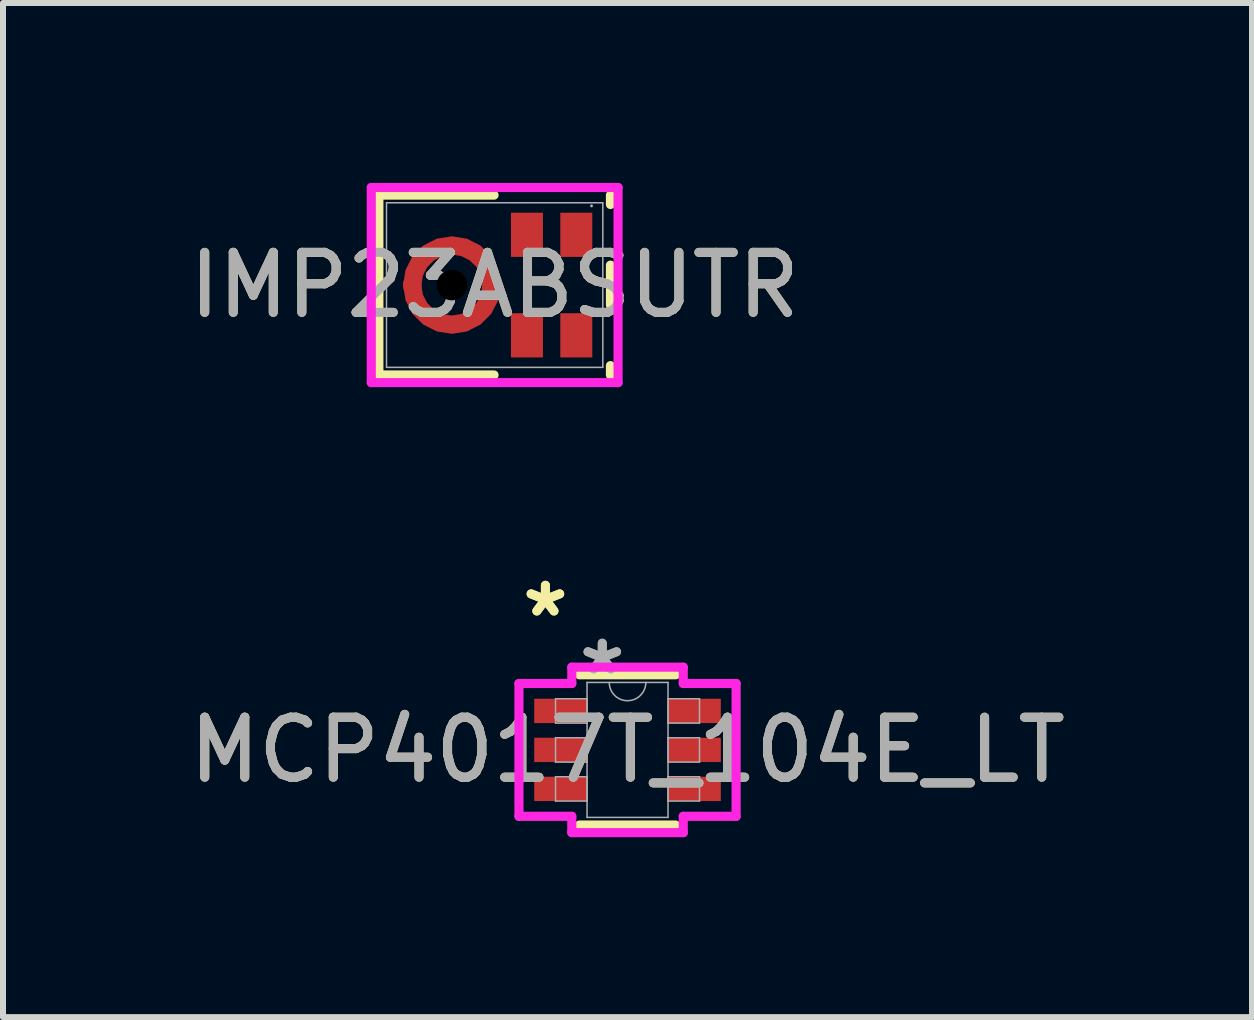
<source format=kicad_pcb>
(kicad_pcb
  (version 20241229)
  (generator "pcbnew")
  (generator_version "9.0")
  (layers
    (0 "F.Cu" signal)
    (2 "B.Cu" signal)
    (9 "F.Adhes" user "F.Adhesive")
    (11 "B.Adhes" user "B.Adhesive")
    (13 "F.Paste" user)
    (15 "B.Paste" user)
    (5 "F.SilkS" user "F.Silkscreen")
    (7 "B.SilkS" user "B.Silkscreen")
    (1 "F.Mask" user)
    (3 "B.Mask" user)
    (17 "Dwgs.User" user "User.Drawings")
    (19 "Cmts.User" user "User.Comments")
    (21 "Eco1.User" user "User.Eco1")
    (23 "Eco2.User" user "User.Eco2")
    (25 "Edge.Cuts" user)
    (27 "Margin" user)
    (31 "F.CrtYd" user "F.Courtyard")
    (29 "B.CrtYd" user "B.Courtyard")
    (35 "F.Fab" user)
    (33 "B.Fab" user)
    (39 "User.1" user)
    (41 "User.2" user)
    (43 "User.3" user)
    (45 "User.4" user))
  (footprint "MCP4017T_104E_LT"
    (layer "F.Cu")
    (at 7.411 9.451)
    (property "Reference" "MCP4017T_104E_LT" (at 0 0 0) (unlocked yes) (layer "F.SilkS") (effects (font (size 1 1) (thickness 0.15))))
    (attr smd)
    (fp_line (start -0.802 1.252) (end 0.802 1.252) (stroke (width 0.152) (type solid)) (layer "F.SilkS"))
    (fp_line (start 0.802 -1.252) (end -0.802 -1.252) (stroke (width 0.152) (type solid)) (layer "F.SilkS"))
    (fp_line (start -1.81 -1.107) (end -0.929 -1.107) (stroke (width 0.152) (type solid)) (layer "F.CrtYd"))
    (fp_line (start -1.81 1.107) (end -1.81 -1.107) (stroke (width 0.152) (type solid)) (layer "F.CrtYd"))
    (fp_line (start -0.929 -1.379) (end 0.929 -1.379) (stroke (width 0.152) (type solid)) (layer "F.CrtYd"))
    (fp_line (start -0.929 -1.107) (end -0.929 -1.379) (stroke (width 0.152) (type solid)) (layer "F.CrtYd"))
    (fp_line (start -0.929 1.107) (end -1.81 1.107) (stroke (width 0.152) (type solid)) (layer "F.CrtYd"))
    (fp_line (start -0.929 1.379) (end -0.929 1.107) (stroke (width 0.152) (type solid)) (layer "F.CrtYd"))
    (fp_line (start 0.929 -1.379) (end 0.929 -1.107) (stroke (width 0.152) (type solid)) (layer "F.CrtYd"))
    (fp_line (start 0.929 -1.107) (end 1.81 -1.107) (stroke (width 0.152) (type solid)) (layer "F.CrtYd"))
    (fp_line (start 0.929 1.107) (end 0.929 1.379) (stroke (width 0.152) (type solid)) (layer "F.CrtYd"))
    (fp_line (start 0.929 1.379) (end -0.929 1.379) (stroke (width 0.152) (type solid)) (layer "F.CrtYd"))
    (fp_line (start 1.81 -1.107) (end 1.81 1.107) (stroke (width 0.152) (type solid)) (layer "F.CrtYd"))
    (fp_line (start 1.81 1.107) (end 0.929 1.107) (stroke (width 0.152) (type solid)) (layer "F.CrtYd"))
    (fp_line (start -1.2 -0.853) (end -1.2 -0.447) (stroke (width 0.025) (type solid)) (layer "F.Fab"))
    (fp_line (start -1.2 -0.447) (end -0.675 -0.447) (stroke (width 0.025) (type solid)) (layer "F.Fab"))
    (fp_line (start -1.2 -0.203) (end -1.2 0.203) (stroke (width 0.025) (type solid)) (layer "F.Fab"))
    (fp_line (start -1.2 0.203) (end -0.675 0.203) (stroke (width 0.025) (type solid)) (layer "F.Fab"))
    (fp_line (start -1.2 0.447) (end -1.2 0.853) (stroke (width 0.025) (type solid)) (layer "F.Fab"))
    (fp_line (start -1.2 0.853) (end -0.675 0.853) (stroke (width 0.025) (type solid)) (layer "F.Fab"))
    (fp_line (start -0.675 -1.125) (end -0.675 1.125) (stroke (width 0.025) (type solid)) (layer "F.Fab"))
    (fp_line (start -0.675 -0.853) (end -1.2 -0.853) (stroke (width 0.025) (type solid)) (layer "F.Fab"))
    (fp_line (start -0.675 -0.447) (end -0.675 -0.853) (stroke (width 0.025) (type solid)) (layer "F.Fab"))
    (fp_line (start -0.675 -0.203) (end -1.2 -0.203) (stroke (width 0.025) (type solid)) (layer "F.Fab"))
    (fp_line (start -0.675 0.203) (end -0.675 -0.203) (stroke (width 0.025) (type solid)) (layer "F.Fab"))
    (fp_line (start -0.675 0.447) (end -1.2 0.447) (stroke (width 0.025) (type solid)) (layer "F.Fab"))
    (fp_line (start -0.675 0.853) (end -0.675 0.447) (stroke (width 0.025) (type solid)) (layer "F.Fab"))
    (fp_line (start -0.675 1.125) (end 0.675 1.125) (stroke (width 0.025) (type solid)) (layer "F.Fab"))
    (fp_line (start 0.675 -1.125) (end -0.675 -1.125) (stroke (width 0.025) (type solid)) (layer "F.Fab"))
    (fp_line (start 0.675 -0.853) (end 0.675 -0.447) (stroke (width 0.025) (type solid)) (layer "F.Fab"))
    (fp_line (start 0.675 -0.447) (end 1.2 -0.447) (stroke (width 0.025) (type solid)) (layer "F.Fab"))
    (fp_line (start 0.675 -0.203) (end 0.675 0.203) (stroke (width 0.025) (type solid)) (layer "F.Fab"))
    (fp_line (start 0.675 0.203) (end 1.2 0.203) (stroke (width 0.025) (type solid)) (layer "F.Fab"))
    (fp_line (start 0.675 0.447) (end 0.675 0.853) (stroke (width 0.025) (type solid)) (layer "F.Fab"))
    (fp_line (start 0.675 0.853) (end 1.2 0.853) (stroke (width 0.025) (type solid)) (layer "F.Fab"))
    (fp_line (start 0.675 1.125) (end 0.675 -1.125) (stroke (width 0.025) (type solid)) (layer "F.Fab"))
    (fp_line (start 1.2 -0.853) (end 0.675 -0.853) (stroke (width 0.025) (type solid)) (layer "F.Fab"))
    (fp_line (start 1.2 -0.447) (end 1.2 -0.853) (stroke (width 0.025) (type solid)) (layer "F.Fab"))
    (fp_line (start 1.2 -0.203) (end 0.675 -0.203) (stroke (width 0.025) (type solid)) (layer "F.Fab"))
    (fp_line (start 1.2 0.203) (end 1.2 -0.203) (stroke (width 0.025) (type solid)) (layer "F.Fab"))
    (fp_line (start 1.2 0.447) (end 0.675 0.447) (stroke (width 0.025) (type solid)) (layer "F.Fab"))
    (fp_line (start 1.2 0.853) (end 1.2 0.447) (stroke (width 0.025) (type solid)) (layer "F.Fab"))
    (fp_arc (start 0.3048 -1.125) (mid 0 -0.8202) (end -0.3048 -1.125) (stroke (width 0.0254) (type solid)) (layer "F.Fab"))
    (fp_text user "*" (at -1.369 -2.199 0) (layer "F.SilkS") (effects (font (size 1 1) (thickness 0.15))))
    (fp_text user "*" (at -1.369 -2.199 0) (unlocked yes) (layer "F.SilkS") (effects (font (size 1 1) (thickness 0.15))))
    (fp_text user "*" (at -0.421 -1.234 0) (unlocked yes) (layer "F.Fab") (effects (font (size 1 1) (thickness 0.15))))
    (fp_text user "*" (at -0.421 -1.234 0) (layer "F.Fab") (effects (font (size 1 1) (thickness 0.15))))
    (fp_text user "${REFERENCE}" (at 0 0 0) (unlocked yes) (layer "F.Fab") (effects (font (size 1 1) (thickness 0.15))))
    (pad "1" smd rect (at -1.115 -0.65) (size 0.881 0.406) (layers "F.Cu" "F.Mask" "F.Paste"))
    (pad "2" smd rect (at -1.115 0) (size 0.881 0.406) (layers "F.Cu" "F.Mask" "F.Paste"))
    (pad "3" smd rect (at -1.115 0.65) (size 0.881 0.406) (layers "F.Cu" "F.Mask" "F.Paste"))
    (pad "4" smd rect (at 1.115 0.65) (size 0.881 0.406) (layers "F.Cu" "F.Mask" "F.Paste"))
    (pad "5" smd rect (at 1.115 0) (size 0.881 0.406) (layers "F.Cu" "F.Mask" "F.Paste"))
    (pad "6" smd rect (at 1.115 -0.65) (size 0.881 0.406) (layers "F.Cu" "F.Mask" "F.Paste")))
  (footprint "IMP23ABSUTR"
    (layer "F.Cu")
    (at 5.196 1.702)
    (property "Reference" "IMP23ABSUTR" (at 0 0 0) (unlocked yes) (layer "F.SilkS") (effects (font (size 1 1) (thickness 0.15))))
    (attr smd)
    (fp_poly (pts (xy 0.096 -0.071) (xy 0.099 0) (xy 0.06 0.251) (xy -0.056 0.478) (xy -0.236 0.658) (xy -0.462 0.773) (xy -0.713 0.813) (xy -0.965 0.773) (xy -1.191 0.658) (xy -1.371 0.478) (xy -1.486 0.251) (xy -1.526 0) (xy -1.523 -0.071) (xy -1.219 -0.044) (xy -1.221 0) (xy -1.197 0.157) (xy -1.124 0.299) (xy -1.012 0.411) (xy -0.87 0.483) (xy -0.713 0.508) (xy -0.556 0.483) (xy -0.415 0.411) (xy -0.302 0.299) (xy -0.23 0.157) (xy -0.205 0) (xy -0.207 -0.044)) (stroke (width 0) (type solid)) (fill yes) (layer "F.Cu"))
    (fp_poly (pts (xy 0.096 0.071) (xy 0.099 0) (xy 0.06 -0.251) (xy -0.056 -0.478) (xy -0.236 -0.658) (xy -0.462 -0.773) (xy -0.713 -0.813) (xy -0.965 -0.773) (xy -1.191 -0.658) (xy -1.371 -0.478) (xy -1.486 -0.251) (xy -1.526 0) (xy -1.523 0.071) (xy -1.219 0.044) (xy -1.221 0) (xy -1.197 -0.157) (xy -1.124 -0.299) (xy -1.012 -0.411) (xy -0.87 -0.483) (xy -0.713 -0.508) (xy -0.556 -0.483) (xy -0.415 -0.411) (xy -0.302 -0.299) (xy -0.23 -0.157) (xy -0.205 0) (xy -0.207 0.044)) (stroke (width 0) (type solid)) (fill yes) (layer "F.Cu"))
    (fp_poly (pts (xy 0.096 -0.071) (xy 0.099 0) (xy 0.06 0.251) (xy -0.056 0.478) (xy -0.236 0.658) (xy -0.462 0.773) (xy -0.713 0.813) (xy -0.965 0.773) (xy -1.191 0.658) (xy -1.371 0.478) (xy -1.486 0.251) (xy -1.526 0) (xy -1.523 -0.071) (xy -1.219 -0.044) (xy -1.221 0) (xy -1.197 0.157) (xy -1.124 0.299) (xy -1.012 0.411) (xy -0.87 0.483) (xy -0.713 0.508) (xy -0.556 0.483) (xy -0.415 0.411) (xy -0.302 0.299) (xy -0.23 0.157) (xy -0.205 0) (xy -0.207 -0.044)) (stroke (width 0) (type solid)) (fill yes) (layer "F.Mask"))
    (fp_poly (pts (xy 0.096 0.071) (xy 0.099 0) (xy 0.06 -0.251) (xy -0.056 -0.478) (xy -0.236 -0.658) (xy -0.462 -0.773) (xy -0.713 -0.813) (xy -0.965 -0.773) (xy -1.191 -0.658) (xy -1.371 -0.478) (xy -1.486 -0.251) (xy -1.526 0) (xy -1.523 0.071) (xy -1.219 0.044) (xy -1.221 0) (xy -1.197 -0.157) (xy -1.124 -0.299) (xy -1.012 -0.411) (xy -0.87 -0.483) (xy -0.713 -0.508) (xy -0.556 -0.483) (xy -0.415 -0.411) (xy -0.302 -0.299) (xy -0.23 -0.157) (xy -0.205 0) (xy -0.207 0.044)) (stroke (width 0) (type solid)) (fill yes) (layer "F.Mask"))
    (fp_line (start -1.93 -1.499) (end -1.93 1.499) (stroke (width 0.152) (type solid)) (layer "F.SilkS"))
    (fp_line (start -1.93 1.499) (end -0.01 1.499) (stroke (width 0.152) (type solid)) (layer "F.SilkS"))
    (fp_line (start -0.01 -1.499) (end -1.93 -1.499) (stroke (width 0.152) (type solid)) (layer "F.SilkS"))
    (fp_line (start 1.93 -1.343) (end 1.93 -1.499) (stroke (width 0.152) (type solid)) (layer "F.SilkS"))
    (fp_line (start 1.93 0.332) (end 1.93 -0.332) (stroke (width 0.152) (type solid)) (layer "F.SilkS"))
    (fp_line (start 1.93 1.499) (end 1.93 1.343) (stroke (width 0.152) (type solid)) (layer "F.SilkS"))
    (fp_poly (pts (xy 0.096 -0.071) (xy 0.099 0) (xy 0.06 0.251) (xy -0.056 0.478) (xy -0.236 0.658) (xy -0.462 0.773) (xy -0.713 0.813) (xy -0.965 0.773) (xy -1.191 0.658) (xy -1.371 0.478) (xy -1.486 0.251) (xy -1.526 0) (xy -1.523 -0.071) (xy -1.219 -0.044) (xy -1.221 0) (xy -1.197 0.157) (xy -1.124 0.299) (xy -1.012 0.411) (xy -0.87 0.483) (xy -0.713 0.508) (xy -0.556 0.483) (xy -0.415 0.411) (xy -0.302 0.299) (xy -0.23 0.157) (xy -0.205 0) (xy -0.207 -0.044)) (stroke (width 0) (type solid)) (fill yes) (layer "F.Paste"))
    (fp_poly (pts (xy 0.096 0.071) (xy 0.099 0) (xy 0.06 -0.251) (xy -0.056 -0.478) (xy -0.236 -0.658) (xy -0.462 -0.773) (xy -0.713 -0.813) (xy -0.965 -0.773) (xy -1.191 -0.658) (xy -1.371 -0.478) (xy -1.486 -0.251) (xy -1.526 0) (xy -1.523 0.071) (xy -1.219 0.044) (xy -1.221 0) (xy -1.197 -0.157) (xy -1.124 -0.299) (xy -1.012 -0.411) (xy -0.87 -0.483) (xy -0.713 -0.508) (xy -0.556 -0.483) (xy -0.415 -0.411) (xy -0.302 -0.299) (xy -0.23 -0.157) (xy -0.205 0) (xy -0.207 0.044)) (stroke (width 0) (type solid)) (fill yes) (layer "F.Paste"))
    (fp_line (start -2.057 -1.626) (end 2.057 -1.626) (stroke (width 0.152) (type solid)) (layer "F.CrtYd"))
    (fp_line (start -2.057 1.626) (end -2.057 -1.626) (stroke (width 0.152) (type solid)) (layer "F.CrtYd"))
    (fp_line (start 2.057 -1.626) (end 2.057 1.626) (stroke (width 0.152) (type solid)) (layer "F.CrtYd"))
    (fp_line (start 2.057 1.626) (end -2.057 1.626) (stroke (width 0.152) (type solid)) (layer "F.CrtYd"))
    (fp_line (start -1.803 -1.372) (end -1.803 1.372) (stroke (width 0.025) (type solid)) (layer "F.Fab"))
    (fp_line (start -1.803 1.372) (end 1.803 1.372) (stroke (width 0.025) (type solid)) (layer "F.Fab"))
    (fp_line (start 1.803 -1.372) (end -1.803 -1.372) (stroke (width 0.025) (type solid)) (layer "F.Fab"))
    (fp_line (start 1.803 1.372) (end 1.803 -1.372) (stroke (width 0.025) (type solid)) (layer "F.Fab"))
    (fp_circle (center 1.615 -1.32) (end 1.615 -1.32) (stroke (width 0.025) (type solid)) (fill no) (layer "F.Fab"))
    (fp_text user "${REFERENCE}" (at 0 0 0) (unlocked yes) (layer "F.Fab") (effects (font (size 1 1) (thickness 0.15))))
    (pad "" np_thru_hole circle (at -0.713 0) (size 0.508 0.508) (drill 0.508) (layers))
    (pad "1" smd rect (at 1.361 0.838) (size 0.533 0.737) (layers "F.Cu" "F.Mask" "F.Paste"))
    (pad "2" smd rect (at 0.538 0.838) (size 0.533 0.737) (layers "F.Cu" "F.Mask" "F.Paste"))
    (pad "3" smd rect (at -1.374 0) (size 0.051 0.051) (layers "F.Cu" "F.Mask" "F.Paste"))
    (pad "4" smd rect (at 0.538 -0.838) (size 0.533 0.737) (layers "F.Cu" "F.Mask" "F.Paste"))
    (pad "5" smd rect (at 1.361 -0.838) (size 0.533 0.737) (layers "F.Cu" "F.Mask" "F.Paste")))
  (gr_rect
    (start -3 -3)
    (end 17.821 13.906)
    (stroke (width 0.1) (type default))
    (fill no)
    (layer "Edge.Cuts")))
</source>
